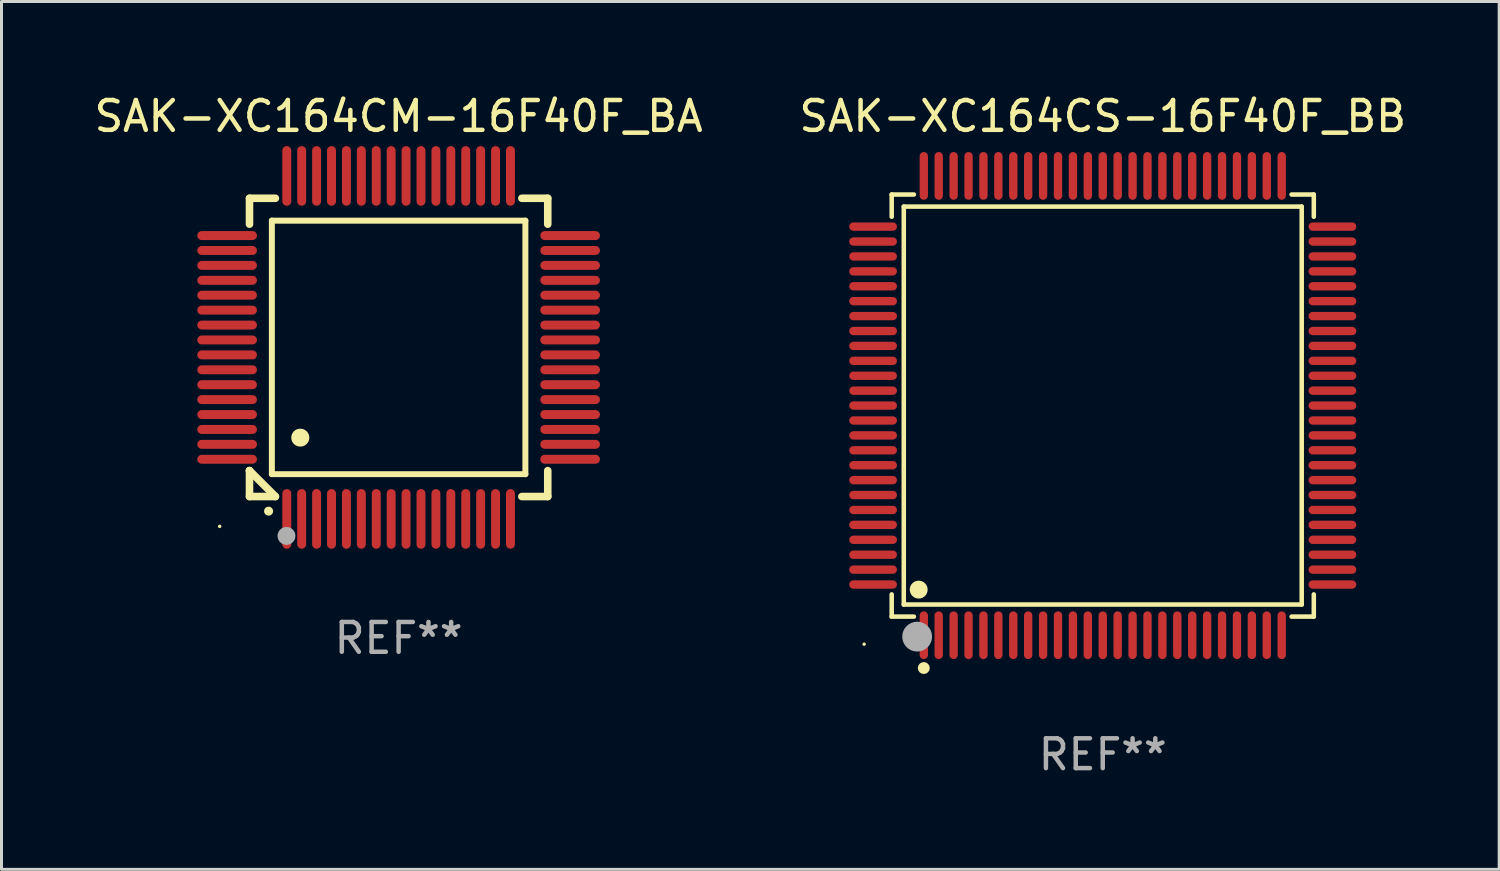
<source format=kicad_pcb>
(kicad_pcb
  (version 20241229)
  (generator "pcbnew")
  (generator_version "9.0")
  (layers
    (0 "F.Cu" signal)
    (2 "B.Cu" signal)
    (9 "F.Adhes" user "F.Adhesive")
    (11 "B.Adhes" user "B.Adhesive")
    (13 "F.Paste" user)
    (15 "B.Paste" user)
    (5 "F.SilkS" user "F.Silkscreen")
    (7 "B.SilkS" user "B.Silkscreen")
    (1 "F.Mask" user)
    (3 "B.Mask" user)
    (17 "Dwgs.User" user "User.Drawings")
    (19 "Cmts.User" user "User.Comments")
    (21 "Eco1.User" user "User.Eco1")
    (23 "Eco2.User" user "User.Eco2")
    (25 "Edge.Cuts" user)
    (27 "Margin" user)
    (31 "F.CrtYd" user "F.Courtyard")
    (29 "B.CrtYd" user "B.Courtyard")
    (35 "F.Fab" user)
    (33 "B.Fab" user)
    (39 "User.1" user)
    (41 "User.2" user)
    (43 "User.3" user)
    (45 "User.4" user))
  (footprint "SAK-XC164CS-16F40F_BB"
    (layer "F.Cu")
    (at 33.923 10.548)
    (property "Reference" "SAK-XC164CS-16F40F_BB" (at 0 -9.7 0) (layer "F.SilkS") (effects (font (size 1 1) (thickness 0.15))))
    (attr through_hole)
    (fp_line (start -7.076 -7.076) (end -6.331 -7.076) (stroke (width 0.152) (type solid)) (layer "F.SilkS"))
    (fp_line (start -7.076 -6.331) (end -7.076 -7.076) (stroke (width 0.152) (type solid)) (layer "F.SilkS"))
    (fp_line (start -7.076 6.331) (end -7.076 7.076) (stroke (width 0.152) (type solid)) (layer "F.SilkS"))
    (fp_line (start -7.076 7.076) (end -6.331 7.076) (stroke (width 0.152) (type solid)) (layer "F.SilkS"))
    (fp_line (start -6.671 -6.671) (end 6.671 -6.671) (stroke (width 0.152) (type solid)) (layer "F.SilkS"))
    (fp_line (start -6.671 6.671) (end -6.671 -6.671) (stroke (width 0.152) (type solid)) (layer "F.SilkS"))
    (fp_line (start 6.671 -6.671) (end 6.671 6.671) (stroke (width 0.152) (type solid)) (layer "F.SilkS"))
    (fp_line (start 6.671 6.671) (end -6.671 6.671) (stroke (width 0.152) (type solid)) (layer "F.SilkS"))
    (fp_line (start 7.076 -7.076) (end 6.331 -7.076) (stroke (width 0.152) (type solid)) (layer "F.SilkS"))
    (fp_line (start 7.076 -6.331) (end 7.076 -7.076) (stroke (width 0.152) (type solid)) (layer "F.SilkS"))
    (fp_line (start 7.076 6.331) (end 7.076 7.076) (stroke (width 0.152) (type solid)) (layer "F.SilkS"))
    (fp_line (start 7.076 7.076) (end 6.331 7.076) (stroke (width 0.152) (type solid)) (layer "F.SilkS"))
    (fp_circle (center -8 8) (end -7.97 8) (stroke (width 0.06) (type solid)) (fill no) (layer "F.SilkS"))
    (fp_circle (center -6.171 6.171) (end -6.021 6.171) (stroke (width 0.3) (type solid)) (fill no) (layer "F.SilkS"))
    (fp_circle (center -6 8.8) (end -5.9 8.8) (stroke (width 0.2) (type solid)) (fill no) (layer "F.SilkS"))
    (fp_circle (center -6.223 7.747) (end -5.973 7.747) (stroke (width 0.5) (type solid)) (fill no) (layer "F.Fab"))
    (fp_text user "REF**" (at 0 11.7 0) (layer "F.Fab") (effects (font (size 1 1) (thickness 0.15))))
    (pad "1" smd oval (at -6 7.7) (size 0.28 1.6) (layers "F.Cu" "F.Mask" "F.Paste"))
    (pad "2" smd oval (at -5.5 7.7) (size 0.28 1.6) (layers "F.Cu" "F.Mask" "F.Paste"))
    (pad "3" smd oval (at -5 7.7) (size 0.28 1.6) (layers "F.Cu" "F.Mask" "F.Paste"))
    (pad "4" smd oval (at -4.5 7.7) (size 0.28 1.6) (layers "F.Cu" "F.Mask" "F.Paste"))
    (pad "5" smd oval (at -4 7.7) (size 0.28 1.6) (layers "F.Cu" "F.Mask" "F.Paste"))
    (pad "6" smd oval (at -3.5 7.7) (size 0.28 1.6) (layers "F.Cu" "F.Mask" "F.Paste"))
    (pad "7" smd oval (at -3 7.7) (size 0.28 1.6) (layers "F.Cu" "F.Mask" "F.Paste"))
    (pad "8" smd oval (at -2.5 7.7) (size 0.28 1.6) (layers "F.Cu" "F.Mask" "F.Paste"))
    (pad "9" smd oval (at -2 7.7) (size 0.28 1.6) (layers "F.Cu" "F.Mask" "F.Paste"))
    (pad "10" smd oval (at -1.5 7.7) (size 0.28 1.6) (layers "F.Cu" "F.Mask" "F.Paste"))
    (pad "11" smd oval (at -1 7.7) (size 0.28 1.6) (layers "F.Cu" "F.Mask" "F.Paste"))
    (pad "12" smd oval (at -0.5 7.7) (size 0.28 1.6) (layers "F.Cu" "F.Mask" "F.Paste"))
    (pad "13" smd oval (at 0 7.7) (size 0.28 1.6) (layers "F.Cu" "F.Mask" "F.Paste"))
    (pad "14" smd oval (at 0.5 7.7) (size 0.28 1.6) (layers "F.Cu" "F.Mask" "F.Paste"))
    (pad "15" smd oval (at 1 7.7) (size 0.28 1.6) (layers "F.Cu" "F.Mask" "F.Paste"))
    (pad "16" smd oval (at 1.5 7.7) (size 0.28 1.6) (layers "F.Cu" "F.Mask" "F.Paste"))
    (pad "17" smd oval (at 2 7.7) (size 0.28 1.6) (layers "F.Cu" "F.Mask" "F.Paste"))
    (pad "18" smd oval (at 2.5 7.7) (size 0.28 1.6) (layers "F.Cu" "F.Mask" "F.Paste"))
    (pad "19" smd oval (at 3 7.7) (size 0.28 1.6) (layers "F.Cu" "F.Mask" "F.Paste"))
    (pad "20" smd oval (at 3.5 7.7) (size 0.28 1.6) (layers "F.Cu" "F.Mask" "F.Paste"))
    (pad "21" smd oval (at 4 7.7) (size 0.28 1.6) (layers "F.Cu" "F.Mask" "F.Paste"))
    (pad "22" smd oval (at 4.5 7.7) (size 0.28 1.6) (layers "F.Cu" "F.Mask" "F.Paste"))
    (pad "23" smd oval (at 5 7.7) (size 0.28 1.6) (layers "F.Cu" "F.Mask" "F.Paste"))
    (pad "24" smd oval (at 5.5 7.7) (size 0.28 1.6) (layers "F.Cu" "F.Mask" "F.Paste"))
    (pad "25" smd oval (at 6 7.7) (size 0.28 1.6) (layers "F.Cu" "F.Mask" "F.Paste"))
    (pad "26" smd oval (at 7.7 6) (size 1.6 0.28) (layers "F.Cu" "F.Mask" "F.Paste"))
    (pad "27" smd oval (at 7.7 5.5) (size 1.6 0.28) (layers "F.Cu" "F.Mask" "F.Paste"))
    (pad "28" smd oval (at 7.7 5) (size 1.6 0.28) (layers "F.Cu" "F.Mask" "F.Paste"))
    (pad "29" smd oval (at 7.7 4.5) (size 1.6 0.28) (layers "F.Cu" "F.Mask" "F.Paste"))
    (pad "30" smd oval (at 7.7 4) (size 1.6 0.28) (layers "F.Cu" "F.Mask" "F.Paste"))
    (pad "31" smd oval (at 7.7 3.5) (size 1.6 0.28) (layers "F.Cu" "F.Mask" "F.Paste"))
    (pad "32" smd oval (at 7.7 3) (size 1.6 0.28) (layers "F.Cu" "F.Mask" "F.Paste"))
    (pad "33" smd oval (at 7.7 2.5) (size 1.6 0.28) (layers "F.Cu" "F.Mask" "F.Paste"))
    (pad "34" smd oval (at 7.7 2) (size 1.6 0.28) (layers "F.Cu" "F.Mask" "F.Paste"))
    (pad "35" smd oval (at 7.7 1.5) (size 1.6 0.28) (layers "F.Cu" "F.Mask" "F.Paste"))
    (pad "36" smd oval (at 7.7 1) (size 1.6 0.28) (layers "F.Cu" "F.Mask" "F.Paste"))
    (pad "37" smd oval (at 7.7 0.5) (size 1.6 0.28) (layers "F.Cu" "F.Mask" "F.Paste"))
    (pad "38" smd oval (at 7.7 0) (size 1.6 0.28) (layers "F.Cu" "F.Mask" "F.Paste"))
    (pad "39" smd oval (at 7.7 -0.5) (size 1.6 0.28) (layers "F.Cu" "F.Mask" "F.Paste"))
    (pad "40" smd oval (at 7.7 -1) (size 1.6 0.28) (layers "F.Cu" "F.Mask" "F.Paste"))
    (pad "41" smd oval (at 7.7 -1.5) (size 1.6 0.28) (layers "F.Cu" "F.Mask" "F.Paste"))
    (pad "42" smd oval (at 7.7 -2) (size 1.6 0.28) (layers "F.Cu" "F.Mask" "F.Paste"))
    (pad "43" smd oval (at 7.7 -2.5) (size 1.6 0.28) (layers "F.Cu" "F.Mask" "F.Paste"))
    (pad "44" smd oval (at 7.7 -3) (size 1.6 0.28) (layers "F.Cu" "F.Mask" "F.Paste"))
    (pad "45" smd oval (at 7.7 -3.5) (size 1.6 0.28) (layers "F.Cu" "F.Mask" "F.Paste"))
    (pad "46" smd oval (at 7.7 -4) (size 1.6 0.28) (layers "F.Cu" "F.Mask" "F.Paste"))
    (pad "47" smd oval (at 7.7 -4.5) (size 1.6 0.28) (layers "F.Cu" "F.Mask" "F.Paste"))
    (pad "48" smd oval (at 7.7 -5) (size 1.6 0.28) (layers "F.Cu" "F.Mask" "F.Paste"))
    (pad "49" smd oval (at 7.7 -5.5) (size 1.6 0.28) (layers "F.Cu" "F.Mask" "F.Paste"))
    (pad "50" smd oval (at 7.7 -6) (size 1.6 0.28) (layers "F.Cu" "F.Mask" "F.Paste"))
    (pad "51" smd oval (at 6 -7.7) (size 0.28 1.6) (layers "F.Cu" "F.Mask" "F.Paste"))
    (pad "52" smd oval (at 5.5 -7.7) (size 0.28 1.6) (layers "F.Cu" "F.Mask" "F.Paste"))
    (pad "53" smd oval (at 5 -7.7) (size 0.28 1.6) (layers "F.Cu" "F.Mask" "F.Paste"))
    (pad "54" smd oval (at 4.5 -7.7) (size 0.28 1.6) (layers "F.Cu" "F.Mask" "F.Paste"))
    (pad "55" smd oval (at 4 -7.7) (size 0.28 1.6) (layers "F.Cu" "F.Mask" "F.Paste"))
    (pad "56" smd oval (at 3.5 -7.7) (size 0.28 1.6) (layers "F.Cu" "F.Mask" "F.Paste"))
    (pad "57" smd oval (at 3 -7.7) (size 0.28 1.6) (layers "F.Cu" "F.Mask" "F.Paste"))
    (pad "58" smd oval (at 2.5 -7.7) (size 0.28 1.6) (layers "F.Cu" "F.Mask" "F.Paste"))
    (pad "59" smd oval (at 2 -7.7) (size 0.28 1.6) (layers "F.Cu" "F.Mask" "F.Paste"))
    (pad "60" smd oval (at 1.5 -7.7) (size 0.28 1.6) (layers "F.Cu" "F.Mask" "F.Paste"))
    (pad "61" smd oval (at 1 -7.7) (size 0.28 1.6) (layers "F.Cu" "F.Mask" "F.Paste"))
    (pad "62" smd oval (at 0.5 -7.7) (size 0.28 1.6) (layers "F.Cu" "F.Mask" "F.Paste"))
    (pad "63" smd oval (at 0 -7.7) (size 0.28 1.6) (layers "F.Cu" "F.Mask" "F.Paste"))
    (pad "64" smd oval (at -0.5 -7.7) (size 0.28 1.6) (layers "F.Cu" "F.Mask" "F.Paste"))
    (pad "65" smd oval (at -1 -7.7) (size 0.28 1.6) (layers "F.Cu" "F.Mask" "F.Paste"))
    (pad "66" smd oval (at -1.5 -7.7) (size 0.28 1.6) (layers "F.Cu" "F.Mask" "F.Paste"))
    (pad "67" smd oval (at -2 -7.7) (size 0.28 1.6) (layers "F.Cu" "F.Mask" "F.Paste"))
    (pad "68" smd oval (at -2.5 -7.7) (size 0.28 1.6) (layers "F.Cu" "F.Mask" "F.Paste"))
    (pad "69" smd oval (at -3 -7.7) (size 0.28 1.6) (layers "F.Cu" "F.Mask" "F.Paste"))
    (pad "70" smd oval (at -3.5 -7.7) (size 0.28 1.6) (layers "F.Cu" "F.Mask" "F.Paste"))
    (pad "71" smd oval (at -4 -7.7) (size 0.28 1.6) (layers "F.Cu" "F.Mask" "F.Paste"))
    (pad "72" smd oval (at -4.5 -7.7) (size 0.28 1.6) (layers "F.Cu" "F.Mask" "F.Paste"))
    (pad "73" smd oval (at -5 -7.7) (size 0.28 1.6) (layers "F.Cu" "F.Mask" "F.Paste"))
    (pad "74" smd oval (at -5.5 -7.7) (size 0.28 1.6) (layers "F.Cu" "F.Mask" "F.Paste"))
    (pad "75" smd oval (at -6 -7.7) (size 0.28 1.6) (layers "F.Cu" "F.Mask" "F.Paste"))
    (pad "76" smd oval (at -7.7 -6) (size 1.6 0.28) (layers "F.Cu" "F.Mask" "F.Paste"))
    (pad "77" smd oval (at -7.7 -5.5) (size 1.6 0.28) (layers "F.Cu" "F.Mask" "F.Paste"))
    (pad "78" smd oval (at -7.7 -5) (size 1.6 0.28) (layers "F.Cu" "F.Mask" "F.Paste"))
    (pad "79" smd oval (at -7.7 -4.5) (size 1.6 0.28) (layers "F.Cu" "F.Mask" "F.Paste"))
    (pad "80" smd oval (at -7.7 -4) (size 1.6 0.28) (layers "F.Cu" "F.Mask" "F.Paste"))
    (pad "81" smd oval (at -7.7 -3.5) (size 1.6 0.28) (layers "F.Cu" "F.Mask" "F.Paste"))
    (pad "82" smd oval (at -7.7 -3) (size 1.6 0.28) (layers "F.Cu" "F.Mask" "F.Paste"))
    (pad "83" smd oval (at -7.7 -2.5) (size 1.6 0.28) (layers "F.Cu" "F.Mask" "F.Paste"))
    (pad "84" smd oval (at -7.7 -2) (size 1.6 0.28) (layers "F.Cu" "F.Mask" "F.Paste"))
    (pad "85" smd oval (at -7.7 -1.5) (size 1.6 0.28) (layers "F.Cu" "F.Mask" "F.Paste"))
    (pad "86" smd oval (at -7.7 -1) (size 1.6 0.28) (layers "F.Cu" "F.Mask" "F.Paste"))
    (pad "87" smd oval (at -7.7 -0.5) (size 1.6 0.28) (layers "F.Cu" "F.Mask" "F.Paste"))
    (pad "88" smd oval (at -7.7 0) (size 1.6 0.28) (layers "F.Cu" "F.Mask" "F.Paste"))
    (pad "89" smd oval (at -7.7 0.5) (size 1.6 0.28) (layers "F.Cu" "F.Mask" "F.Paste"))
    (pad "90" smd oval (at -7.7 1) (size 1.6 0.28) (layers "F.Cu" "F.Mask" "F.Paste"))
    (pad "91" smd oval (at -7.7 1.5) (size 1.6 0.28) (layers "F.Cu" "F.Mask" "F.Paste"))
    (pad "92" smd oval (at -7.7 2) (size 1.6 0.28) (layers "F.Cu" "F.Mask" "F.Paste"))
    (pad "93" smd oval (at -7.7 2.5) (size 1.6 0.28) (layers "F.Cu" "F.Mask" "F.Paste"))
    (pad "94" smd oval (at -7.7 3) (size 1.6 0.28) (layers "F.Cu" "F.Mask" "F.Paste"))
    (pad "95" smd oval (at -7.7 3.5) (size 1.6 0.28) (layers "F.Cu" "F.Mask" "F.Paste"))
    (pad "96" smd oval (at -7.7 4) (size 1.6 0.28) (layers "F.Cu" "F.Mask" "F.Paste"))
    (pad "97" smd oval (at -7.7 4.5) (size 1.6 0.28) (layers "F.Cu" "F.Mask" "F.Paste"))
    (pad "98" smd oval (at -7.7 5) (size 1.6 0.28) (layers "F.Cu" "F.Mask" "F.Paste"))
    (pad "99" smd oval (at -7.7 5.5) (size 1.6 0.28) (layers "F.Cu" "F.Mask" "F.Paste"))
    (pad "100" smd oval (at -7.7 6) (size 1.6 0.28) (layers "F.Cu" "F.Mask" "F.Paste")))
  (footprint "SAK-XC164CM-16F40F_BA"
    (layer "F.Cu")
    (at 10.315 8.598)
    (property "Reference" "SAK-XC164CM-16F40F_BA" (at 0 -7.75 0) (layer "F.SilkS") (effects (font (size 1 1) (thickness 0.15))))
    (attr through_hole)
    (fp_line (start -5 -5) (end -4.131 -5) (stroke (width 0.254) (type solid)) (layer "F.SilkS"))
    (fp_line (start -5 -4.131) (end -5 -5) (stroke (width 0.254) (type solid)) (layer "F.SilkS"))
    (fp_line (start -5 4.131) (end -5 4.131) (stroke (width 0.254) (type solid)) (layer "F.SilkS"))
    (fp_line (start -5 5) (end -5 4.131) (stroke (width 0.254) (type solid)) (layer "F.SilkS"))
    (fp_line (start -5 4.131) (end -4.131 5) (stroke (width 0.254) (type solid)) (layer "F.SilkS"))
    (fp_line (start -4.25 -4.25) (end -4.25 4.25) (stroke (width 0.2) (type solid)) (layer "F.SilkS"))
    (fp_line (start -4.25 4.25) (end 4.25 4.25) (stroke (width 0.2) (type solid)) (layer "F.SilkS"))
    (fp_line (start -4.131 5) (end -5 5) (stroke (width 0.254) (type solid)) (layer "F.SilkS"))
    (fp_line (start 4.25 -4.25) (end -4.25 -4.25) (stroke (width 0.2) (type solid)) (layer "F.SilkS"))
    (fp_line (start 4.25 4.25) (end 4.25 -4.25) (stroke (width 0.2) (type solid)) (layer "F.SilkS"))
    (fp_line (start 5 -5) (end 4.131 -5) (stroke (width 0.254) (type solid)) (layer "F.SilkS"))
    (fp_line (start 5 -5) (end 5 -4.131) (stroke (width 0.254) (type solid)) (layer "F.SilkS"))
    (fp_line (start 5 4.131) (end 5 5) (stroke (width 0.254) (type solid)) (layer "F.SilkS"))
    (fp_line (start 5 5) (end 4.131 5) (stroke (width 0.254) (type solid)) (layer "F.SilkS"))
    (fp_arc (start -4.361265 5.489992) (mid -4.359995 5.489987) (end -4.358725 5.489992) (stroke (width 0.3) (type solid)) (layer "F.SilkS"))
    (fp_arc (start -3.299467 3.025146) (mid -3.296927 3.025135) (end -3.294387 3.025146) (stroke (width 0.6) (type solid)) (layer "F.SilkS"))
    (fp_circle (center -6 6) (end -5.97 6) (stroke (width 0.06) (type solid)) (fill no) (layer "F.SilkS"))
    (fp_circle (center -3.76 6.32) (end -3.61 6.32) (stroke (width 0.3) (type solid)) (fill no) (layer "F.Fab"))
    (fp_text user "REF**" (at 0 9.75 0) (layer "F.Fab") (effects (font (size 1 1) (thickness 0.15))))
    (pad "1" smd oval (at -3.75 5.75) (size 0.3 2) (layers "F.Cu" "F.Mask" "F.Paste"))
    (pad "2" smd oval (at -3.25 5.75) (size 0.3 2) (layers "F.Cu" "F.Mask" "F.Paste"))
    (pad "3" smd oval (at -2.75 5.75) (size 0.3 2) (layers "F.Cu" "F.Mask" "F.Paste"))
    (pad "4" smd oval (at -2.25 5.75) (size 0.3 2) (layers "F.Cu" "F.Mask" "F.Paste"))
    (pad "5" smd oval (at -1.75 5.75) (size 0.3 2) (layers "F.Cu" "F.Mask" "F.Paste"))
    (pad "6" smd oval (at -1.25 5.75) (size 0.3 2) (layers "F.Cu" "F.Mask" "F.Paste"))
    (pad "7" smd oval (at -0.75 5.75) (size 0.3 2) (layers "F.Cu" "F.Mask" "F.Paste"))
    (pad "8" smd oval (at -0.25 5.75) (size 0.3 2) (layers "F.Cu" "F.Mask" "F.Paste"))
    (pad "9" smd oval (at 0.25 5.75) (size 0.3 2) (layers "F.Cu" "F.Mask" "F.Paste"))
    (pad "10" smd oval (at 0.75 5.75) (size 0.3 2) (layers "F.Cu" "F.Mask" "F.Paste"))
    (pad "11" smd oval (at 1.25 5.75) (size 0.3 2) (layers "F.Cu" "F.Mask" "F.Paste"))
    (pad "12" smd oval (at 1.75 5.75) (size 0.3 2) (layers "F.Cu" "F.Mask" "F.Paste"))
    (pad "13" smd oval (at 2.25 5.75) (size 0.3 2) (layers "F.Cu" "F.Mask" "F.Paste"))
    (pad "14" smd oval (at 2.75 5.75) (size 0.3 2) (layers "F.Cu" "F.Mask" "F.Paste"))
    (pad "15" smd oval (at 3.25 5.75) (size 0.3 2) (layers "F.Cu" "F.Mask" "F.Paste"))
    (pad "16" smd oval (at 3.75 5.75) (size 0.3 2) (layers "F.Cu" "F.Mask" "F.Paste"))
    (pad "17" smd oval (at 5.75 3.75) (size 2 0.3) (layers "F.Cu" "F.Mask" "F.Paste"))
    (pad "18" smd oval (at 5.75 3.25) (size 2 0.3) (layers "F.Cu" "F.Mask" "F.Paste"))
    (pad "19" smd oval (at 5.75 2.75) (size 2 0.3) (layers "F.Cu" "F.Mask" "F.Paste"))
    (pad "20" smd oval (at 5.75 2.25) (size 2 0.3) (layers "F.Cu" "F.Mask" "F.Paste"))
    (pad "21" smd oval (at 5.75 1.75) (size 2 0.3) (layers "F.Cu" "F.Mask" "F.Paste"))
    (pad "22" smd oval (at 5.75 1.25) (size 2 0.3) (layers "F.Cu" "F.Mask" "F.Paste"))
    (pad "23" smd oval (at 5.75 0.75) (size 2 0.3) (layers "F.Cu" "F.Mask" "F.Paste"))
    (pad "24" smd oval (at 5.75 0.25) (size 2 0.3) (layers "F.Cu" "F.Mask" "F.Paste"))
    (pad "25" smd oval (at 5.75 -0.25) (size 2 0.3) (layers "F.Cu" "F.Mask" "F.Paste"))
    (pad "26" smd oval (at 5.75 -0.75) (size 2 0.3) (layers "F.Cu" "F.Mask" "F.Paste"))
    (pad "27" smd oval (at 5.75 -1.25) (size 2 0.3) (layers "F.Cu" "F.Mask" "F.Paste"))
    (pad "28" smd oval (at 5.75 -1.75) (size 2 0.3) (layers "F.Cu" "F.Mask" "F.Paste"))
    (pad "29" smd oval (at 5.75 -2.25) (size 2 0.3) (layers "F.Cu" "F.Mask" "F.Paste"))
    (pad "30" smd oval (at 5.75 -2.75) (size 2 0.3) (layers "F.Cu" "F.Mask" "F.Paste"))
    (pad "31" smd oval (at 5.75 -3.25) (size 2 0.3) (layers "F.Cu" "F.Mask" "F.Paste"))
    (pad "32" smd oval (at 5.75 -3.75) (size 2 0.3) (layers "F.Cu" "F.Mask" "F.Paste"))
    (pad "33" smd oval (at 3.75 -5.75) (size 0.3 2) (layers "F.Cu" "F.Mask" "F.Paste"))
    (pad "34" smd oval (at 3.25 -5.75) (size 0.3 2) (layers "F.Cu" "F.Mask" "F.Paste"))
    (pad "35" smd oval (at 2.75 -5.75) (size 0.3 2) (layers "F.Cu" "F.Mask" "F.Paste"))
    (pad "36" smd oval (at 2.25 -5.75) (size 0.3 2) (layers "F.Cu" "F.Mask" "F.Paste"))
    (pad "37" smd oval (at 1.75 -5.75) (size 0.3 2) (layers "F.Cu" "F.Mask" "F.Paste"))
    (pad "38" smd oval (at 1.25 -5.75) (size 0.3 2) (layers "F.Cu" "F.Mask" "F.Paste"))
    (pad "39" smd oval (at 0.75 -5.75) (size 0.3 2) (layers "F.Cu" "F.Mask" "F.Paste"))
    (pad "40" smd oval (at 0.25 -5.75) (size 0.3 2) (layers "F.Cu" "F.Mask" "F.Paste"))
    (pad "41" smd oval (at -0.25 -5.75) (size 0.3 2) (layers "F.Cu" "F.Mask" "F.Paste"))
    (pad "42" smd oval (at -0.75 -5.75) (size 0.3 2) (layers "F.Cu" "F.Mask" "F.Paste"))
    (pad "43" smd oval (at -1.25 -5.75) (size 0.3 2) (layers "F.Cu" "F.Mask" "F.Paste"))
    (pad "44" smd oval (at -1.75 -5.75) (size 0.3 2) (layers "F.Cu" "F.Mask" "F.Paste"))
    (pad "45" smd oval (at -2.25 -5.75) (size 0.3 2) (layers "F.Cu" "F.Mask" "F.Paste"))
    (pad "46" smd oval (at -2.75 -5.75) (size 0.3 2) (layers "F.Cu" "F.Mask" "F.Paste"))
    (pad "47" smd oval (at -3.25 -5.75) (size 0.3 2) (layers "F.Cu" "F.Mask" "F.Paste"))
    (pad "48" smd oval (at -3.75 -5.75) (size 0.3 2) (layers "F.Cu" "F.Mask" "F.Paste"))
    (pad "49" smd oval (at -5.75 -3.75) (size 2 0.3) (layers "F.Cu" "F.Mask" "F.Paste"))
    (pad "50" smd oval (at -5.75 -3.25) (size 2 0.3) (layers "F.Cu" "F.Mask" "F.Paste"))
    (pad "51" smd oval (at -5.75 -2.75) (size 2 0.3) (layers "F.Cu" "F.Mask" "F.Paste"))
    (pad "52" smd oval (at -5.75 -2.25) (size 2 0.3) (layers "F.Cu" "F.Mask" "F.Paste"))
    (pad "53" smd oval (at -5.75 -1.75) (size 2 0.3) (layers "F.Cu" "F.Mask" "F.Paste"))
    (pad "54" smd oval (at -5.75 -1.25) (size 2 0.3) (layers "F.Cu" "F.Mask" "F.Paste"))
    (pad "55" smd oval (at -5.75 -0.75) (size 2 0.3) (layers "F.Cu" "F.Mask" "F.Paste"))
    (pad "56" smd oval (at -5.75 -0.25) (size 2 0.3) (layers "F.Cu" "F.Mask" "F.Paste"))
    (pad "57" smd oval (at -5.75 0.25) (size 2 0.3) (layers "F.Cu" "F.Mask" "F.Paste"))
    (pad "58" smd oval (at -5.75 0.75) (size 2 0.3) (layers "F.Cu" "F.Mask" "F.Paste"))
    (pad "59" smd oval (at -5.75 1.25) (size 2 0.3) (layers "F.Cu" "F.Mask" "F.Paste"))
    (pad "60" smd oval (at -5.75 1.75) (size 2 0.3) (layers "F.Cu" "F.Mask" "F.Paste"))
    (pad "61" smd oval (at -5.75 2.25) (size 2 0.3) (layers "F.Cu" "F.Mask" "F.Paste"))
    (pad "62" smd oval (at -5.75 2.75) (size 2 0.3) (layers "F.Cu" "F.Mask" "F.Paste"))
    (pad "63" smd oval (at -5.75 3.25) (size 2 0.3) (layers "F.Cu" "F.Mask" "F.Paste"))
    (pad "64" smd oval (at -5.75 3.75) (size 2 0.3) (layers "F.Cu" "F.Mask" "F.Paste")))
  (gr_rect
    (start -3 -3)
    (end 47.214 26.097)
    (stroke (width 0.1) (type default))
    (fill no)
    (layer "Edge.Cuts")))
</source>
